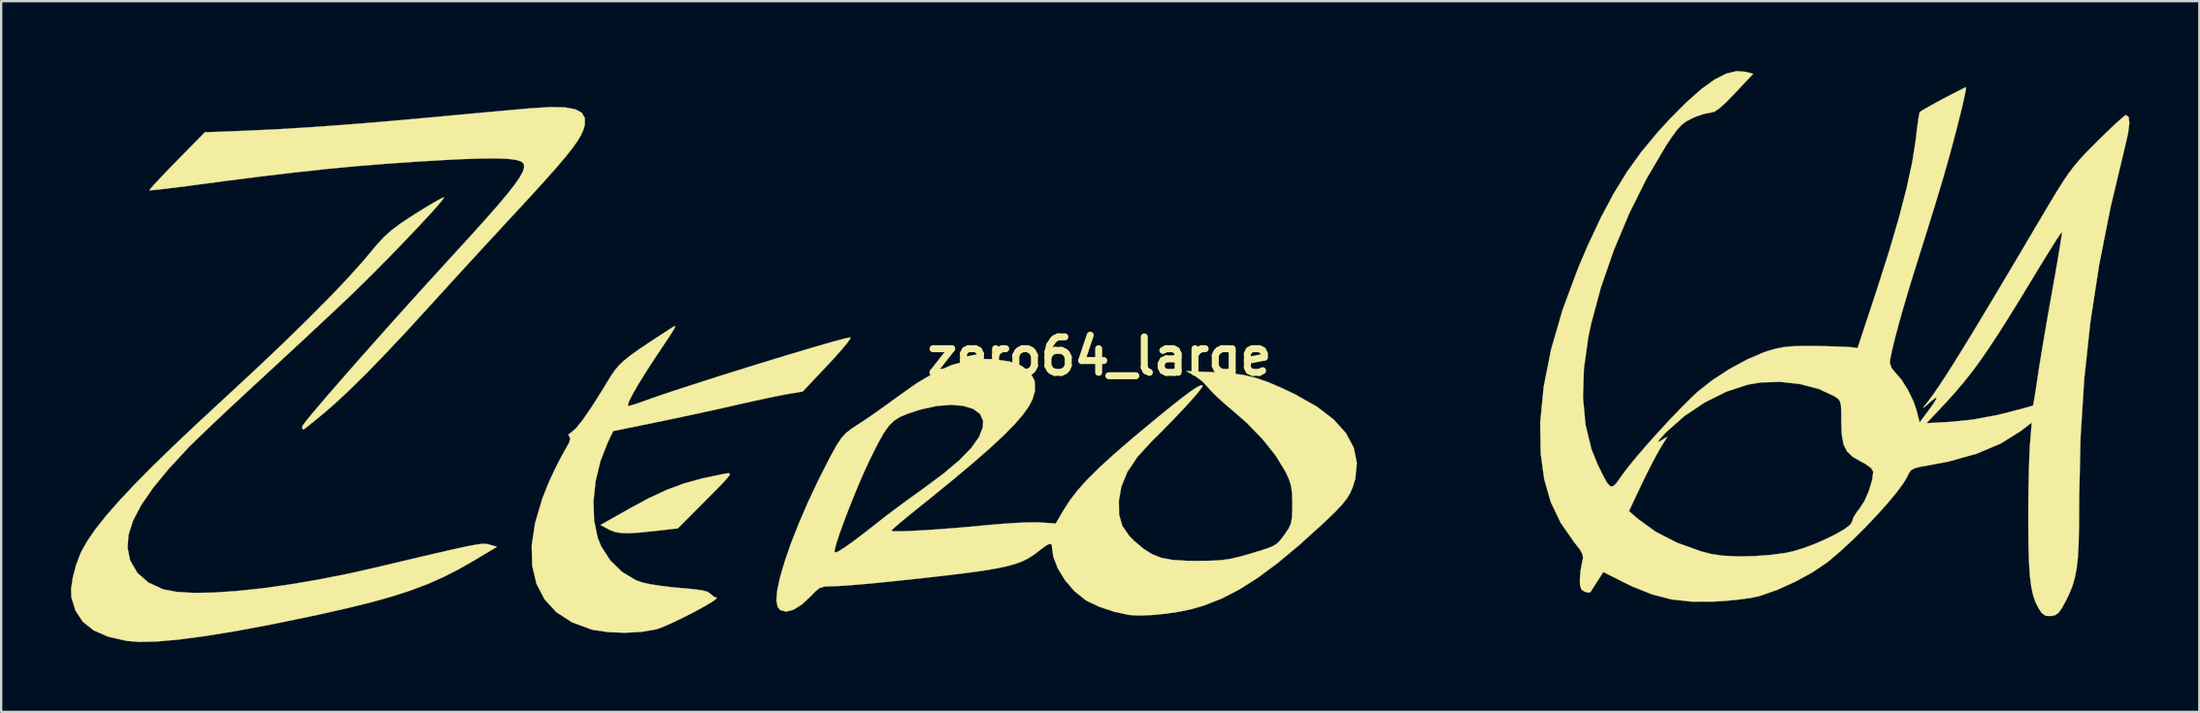
<source format=kicad_pcb>
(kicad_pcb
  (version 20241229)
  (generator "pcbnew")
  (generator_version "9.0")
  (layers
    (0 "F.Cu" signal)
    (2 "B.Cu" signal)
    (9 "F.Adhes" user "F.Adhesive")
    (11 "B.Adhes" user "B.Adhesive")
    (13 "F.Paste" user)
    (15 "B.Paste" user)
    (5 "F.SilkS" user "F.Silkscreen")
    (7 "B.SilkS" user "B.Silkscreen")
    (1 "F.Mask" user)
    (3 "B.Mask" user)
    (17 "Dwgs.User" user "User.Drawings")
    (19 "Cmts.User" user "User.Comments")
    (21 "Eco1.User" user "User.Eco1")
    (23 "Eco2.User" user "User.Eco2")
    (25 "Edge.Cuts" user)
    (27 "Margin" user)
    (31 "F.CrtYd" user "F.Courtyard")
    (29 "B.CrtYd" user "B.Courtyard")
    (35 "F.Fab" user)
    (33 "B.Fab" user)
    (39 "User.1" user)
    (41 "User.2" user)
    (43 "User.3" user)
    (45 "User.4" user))
  (footprint "zero64_large"
    (layer "F.Cu")
    (at 44.16 12.255)
    (property "Reference" "zero64_large" (at 0 0 0) (layer "F.SilkS") (effects (font (size 1.524 1.524) (thickness 0.3))))
    (attr through_hole)
    (fp_poly (pts (xy -15.871 5.04) (xy -15.89 5.111) (xy -16.001 5.254) (xy -16.217 5.488) (xy -16.553 5.831) (xy -16.902 6.182) (xy -18.106 7.391) (xy -19.115 7.505) (xy -19.733 7.569) (xy -20.191 7.599) (xy -20.531 7.592) (xy -20.793 7.548) (xy -21.017 7.463) (xy -21.101 7.42) (xy -21.426 7.245) (xy -20.203 6.553) (xy -19.349 6.092) (xy -18.583 5.736) (xy -17.839 5.461) (xy -17.05 5.242) (xy -16.149 5.055) (xy -16.053 5.038) (xy -15.93 5.022) (xy -15.871 5.04)) (stroke (width 0.01) (type solid)) (fill yes) (layer "F.SilkS"))
    (fp_poly (pts (xy -22.941 -10.691) (xy -22.507 -10.611) (xy -22.231 -10.463) (xy -22.1 -10.242) (xy -22.101 -9.944) (xy -22.108 -9.909) (xy -22.168 -9.71) (xy -22.268 -9.49) (xy -22.423 -9.233) (xy -22.643 -8.925) (xy -22.941 -8.551) (xy -23.33 -8.094) (xy -23.822 -7.539) (xy -24.429 -6.872) (xy -25.163 -6.077) (xy -25.287 -5.944) (xy -25.893 -5.289) (xy -26.564 -4.562) (xy -27.252 -3.813) (xy -27.91 -3.094) (xy -28.491 -2.456) (xy -28.645 -2.286) (xy -29.675 -1.159) (xy -30.591 -0.182) (xy -31.403 0.658) (xy -32.123 1.371) (xy -32.76 1.968) (xy -33.252 2.399) (xy -33.609 2.695) (xy -33.907 2.937) (xy -34.112 3.097) (xy -34.192 3.15) (xy -34.235 3.069) (xy -34.238 3.023) (xy -34.172 2.915) (xy -33.981 2.672) (xy -33.68 2.309) (xy -33.281 1.839) (xy -32.797 1.279) (xy -32.24 0.642) (xy -31.625 -0.056) (xy -30.964 -0.801) (xy -30.271 -1.578) (xy -29.557 -2.371) (xy -28.836 -3.168) (xy -28.121 -3.951) (xy -27.785 -4.318) (xy -27.005 -5.171) (xy -26.357 -5.891) (xy -25.832 -6.49) (xy -25.42 -6.981) (xy -25.111 -7.376) (xy -24.895 -7.687) (xy -24.763 -7.928) (xy -24.706 -8.11) (xy -24.713 -8.246) (xy -24.718 -8.261) (xy -24.821 -8.363) (xy -25.05 -8.437) (xy -25.419 -8.483) (xy -25.942 -8.502) (xy -26.631 -8.495) (xy -27.502 -8.463) (xy -27.994 -8.438) (xy -29.359 -8.358) (xy -30.652 -8.269) (xy -31.914 -8.167) (xy -33.186 -8.046) (xy -34.51 -7.904) (xy -35.927 -7.736) (xy -37.478 -7.539) (xy -38.491 -7.404) (xy -39.145 -7.317) (xy -39.728 -7.243) (xy -40.212 -7.185) (xy -40.567 -7.146) (xy -40.764 -7.13) (xy -40.795 -7.131) (xy -40.738 -7.211) (xy -40.561 -7.41) (xy -40.286 -7.705) (xy -39.935 -8.072) (xy -39.621 -8.394) (xy -38.414 -9.623) (xy -36.606 -9.692) (xy -35.363 -9.75) (xy -33.998 -9.832) (xy -32.494 -9.939) (xy -30.831 -10.073) (xy -28.993 -10.236) (xy -28.194 -10.31) (xy -27.4 -10.384) (xy -26.597 -10.458) (xy -25.832 -10.528) (xy -25.149 -10.589) (xy -24.594 -10.638) (xy -24.333 -10.66) (xy -23.546 -10.706) (xy -22.941 -10.691)) (stroke (width 0.01) (type solid)) (fill yes) (layer "F.SilkS"))
    (fp_poly (pts (xy -28.143 -6.828) (xy -28.212 -6.718) (xy -28.405 -6.487) (xy -28.702 -6.153) (xy -29.084 -5.739) (xy -29.53 -5.266) (xy -30.02 -4.754) (xy -30.535 -4.223) (xy -31.055 -3.696) (xy -31.56 -3.193) (xy -32.029 -2.734) (xy -32.207 -2.564) (xy -32.675 -2.121) (xy -33.257 -1.575) (xy -33.917 -0.958) (xy -34.62 -0.305) (xy -35.329 0.352) (xy -36.008 0.98) (xy -36.068 1.035) (xy -36.689 1.609) (xy -37.295 2.173) (xy -37.86 2.704) (xy -38.359 3.178) (xy -38.767 3.57) (xy -39.059 3.857) (xy -39.128 3.927) (xy -39.971 4.839) (xy -40.644 5.659) (xy -41.151 6.396) (xy -41.498 7.062) (xy -41.691 7.666) (xy -41.733 8.219) (xy -41.632 8.73) (xy -41.612 8.785) (xy -41.307 9.307) (xy -40.84 9.716) (xy -40.227 9.998) (xy -40.16 10.018) (xy -39.619 10.119) (xy -38.905 10.162) (xy -38.04 10.149) (xy -37.046 10.082) (xy -35.944 9.965) (xy -34.757 9.798) (xy -33.505 9.585) (xy -32.211 9.328) (xy -31.14 9.086) (xy -30.066 8.832) (xy -29.172 8.62) (xy -28.439 8.449) (xy -27.851 8.314) (xy -27.387 8.211) (xy -27.032 8.137) (xy -26.767 8.089) (xy -26.574 8.062) (xy -26.434 8.053) (xy -26.331 8.059) (xy -26.245 8.076) (xy -26.194 8.09) (xy -25.871 8.182) (xy -26.85 8.767) (xy -27.519 9.149) (xy -28.179 9.485) (xy -28.859 9.786) (xy -29.588 10.061) (xy -30.395 10.321) (xy -31.309 10.575) (xy -32.36 10.833) (xy -33.576 11.106) (xy -33.884 11.172) (xy -35.57 11.519) (xy -37.074 11.8) (xy -38.394 12.016) (xy -39.528 12.166) (xy -40.475 12.25) (xy -41.232 12.268) (xy -41.758 12.226) (xy -42.559 12.046) (xy -43.187 11.774) (xy -43.653 11.403) (xy -43.97 10.921) (xy -44.146 10.35) (xy -44.155 9.979) (xy -44.083 9.499) (xy -43.947 8.977) (xy -43.761 8.483) (xy -43.694 8.342) (xy -43.439 7.9) (xy -43.098 7.408) (xy -42.661 6.857) (xy -42.12 6.237) (xy -41.465 5.538) (xy -40.688 4.751) (xy -39.779 3.866) (xy -38.729 2.873) (xy -37.572 1.802) (xy -36.258 0.584) (xy -35.064 -0.549) (xy -33.997 -1.589) (xy -33.063 -2.529) (xy -32.271 -3.362) (xy -31.627 -4.081) (xy -31.371 -4.385) (xy -31.015 -4.809) (xy -30.709 -5.137) (xy -30.4 -5.415) (xy -30.039 -5.686) (xy -29.572 -5.997) (xy -29.355 -6.135) (xy -28.923 -6.404) (xy -28.558 -6.621) (xy -28.292 -6.769) (xy -28.155 -6.831) (xy -28.143 -6.828)) (stroke (width 0.01) (type solid)) (fill yes) (layer "F.SilkS"))
    (fp_poly (pts (xy -18.222 -1.273) (xy -18.273 -1.165) (xy -18.405 -0.952) (xy -18.627 -0.614) (xy -18.95 -0.129) (xy -19.003 -0.051) (xy -19.428 0.599) (xy -19.774 1.155) (xy -20.033 1.6) (xy -20.196 1.919) (xy -20.254 2.099) (xy -20.232 2.134) (xy -20.083 2.1) (xy -19.813 2.014) (xy -19.587 1.933) (xy -19.162 1.781) (xy -18.607 1.591) (xy -17.947 1.373) (xy -17.206 1.133) (xy -16.409 0.878) (xy -15.579 0.617) (xy -14.742 0.356) (xy -13.921 0.104) (xy -13.142 -0.132) (xy -12.428 -0.345) (xy -11.804 -0.527) (xy -11.295 -0.67) (xy -10.924 -0.767) (xy -10.716 -0.811) (xy -10.694 -0.813) (xy -10.711 -0.744) (xy -10.849 -0.554) (xy -11.088 -0.266) (xy -11.409 0.093) (xy -11.646 0.349) (xy -12.741 1.51) (xy -13.406 1.624) (xy -13.749 1.689) (xy -14.233 1.788) (xy -14.802 1.911) (xy -15.399 2.044) (xy -15.596 2.089) (xy -16.233 2.234) (xy -16.995 2.401) (xy -17.806 2.576) (xy -18.592 2.742) (xy -18.999 2.826) (xy -20.879 3.21) (xy -21.116 3.702) (xy -21.433 4.513) (xy -21.638 5.372) (xy -21.728 6.233) (xy -21.7 7.052) (xy -21.55 7.782) (xy -21.401 8.158) (xy -21.012 8.761) (xy -20.503 9.259) (xy -19.919 9.611) (xy -19.643 9.712) (xy -19.31 9.786) (xy -18.845 9.86) (xy -18.318 9.923) (xy -17.964 9.954) (xy -17.42 10.002) (xy -17.049 10.055) (xy -16.822 10.119) (xy -16.708 10.201) (xy -16.544 10.337) (xy -16.449 10.363) (xy -16.44 10.403) (xy -16.582 10.512) (xy -16.842 10.671) (xy -17.185 10.864) (xy -17.58 11.073) (xy -17.993 11.28) (xy -18.39 11.469) (xy -18.738 11.62) (xy -19.004 11.718) (xy -19.046 11.73) (xy -19.661 11.835) (xy -20.374 11.874) (xy -21.095 11.846) (xy -21.732 11.752) (xy -21.844 11.724) (xy -22.662 11.419) (xy -23.324 10.988) (xy -23.829 10.437) (xy -24.174 9.773) (xy -24.358 9.001) (xy -24.379 8.129) (xy -24.235 7.163) (xy -23.924 6.109) (xy -23.664 5.455) (xy -23.451 4.988) (xy -23.222 4.524) (xy -23.017 4.142) (xy -22.959 4.043) (xy -22.78 3.724) (xy -22.723 3.533) (xy -22.764 3.451) (xy -22.807 3.363) (xy -22.673 3.26) (xy -22.472 3.084) (xy -22.187 2.729) (xy -21.82 2.197) (xy -21.372 1.491) (xy -21.14 1.109) (xy -20.97 0.833) (xy -20.812 0.603) (xy -20.64 0.397) (xy -20.431 0.195) (xy -20.158 -0.025) (xy -19.798 -0.284) (xy -19.325 -0.602) (xy -18.716 -1) (xy -18.444 -1.177) (xy -18.317 -1.258) (xy -18.24 -1.297) (xy -18.222 -1.273)) (stroke (width 0.01) (type solid)) (fill yes) (layer "F.SilkS"))
    (fp_poly (pts (xy -4.581 0.123) (xy -3.882 0.219) (xy -3.346 0.411) (xy -2.977 0.692) (xy -2.784 1.055) (xy -2.771 1.493) (xy -2.881 1.857) (xy -3.045 2.166) (xy -3.297 2.519) (xy -3.65 2.925) (xy -4.112 3.394) (xy -4.695 3.936) (xy -5.408 4.561) (xy -6.262 5.278) (xy -7.267 6.098) (xy -7.798 6.524) (xy -8.204 6.852) (xy -8.547 7.136) (xy -8.798 7.352) (xy -8.928 7.475) (xy -8.941 7.493) (xy -8.844 7.514) (xy -8.573 7.517) (xy -8.156 7.504) (xy -7.62 7.476) (xy -6.994 7.436) (xy -6.305 7.384) (xy -5.581 7.323) (xy -4.851 7.255) (xy -4.843 7.254) (xy -4.226 7.2) (xy -3.624 7.159) (xy -3.089 7.135) (xy -2.677 7.131) (xy -2.54 7.137) (xy -1.879 7.183) (xy -1.545 6.611) (xy -1.272 6.187) (xy -0.94 5.756) (xy -0.529 5.297) (xy -0.018 4.79) (xy 0.611 4.215) (xy 1.379 3.552) (xy 1.749 3.242) (xy 2.497 2.621) (xy 3.105 2.127) (xy 3.583 1.751) (xy 3.944 1.483) (xy 4.199 1.317) (xy 4.358 1.243) (xy 4.432 1.249) (xy 4.392 1.345) (xy 4.225 1.563) (xy 3.951 1.879) (xy 3.59 2.274) (xy 3.16 2.726) (xy 2.681 3.215) (xy 2.234 3.658) (xy 1.624 4.326) (xy 1.195 4.968) (xy 0.935 5.608) (xy 0.832 6.204) (xy 0.841 6.799) (xy 0.98 7.282) (xy 1.272 7.71) (xy 1.486 7.926) (xy 1.883 8.262) (xy 2.259 8.501) (xy 2.662 8.657) (xy 3.141 8.746) (xy 3.746 8.784) (xy 4.166 8.788) (xy 4.753 8.782) (xy 5.207 8.757) (xy 5.598 8.704) (xy 5.993 8.615) (xy 6.401 8.5) (xy 6.898 8.35) (xy 7.243 8.236) (xy 7.476 8.137) (xy 7.639 8.027) (xy 7.774 7.886) (xy 7.922 7.689) (xy 7.962 7.633) (xy 8.122 7.395) (xy 8.217 7.185) (xy 8.264 6.936) (xy 8.279 6.581) (xy 8.28 6.365) (xy 8.27 5.907) (xy 8.226 5.569) (xy 8.131 5.267) (xy 7.98 4.943) (xy 7.565 4.266) (xy 6.999 3.556) (xy 6.32 2.855) (xy 5.729 2.339) (xy 5.354 2.021) (xy 5.013 1.71) (xy 4.757 1.45) (xy 4.666 1.342) (xy 4.407 1.067) (xy 4.101 0.84) (xy 4.069 0.821) (xy 3.717 0.635) (xy 4.932 0.684) (xy 5.595 0.725) (xy 6.16 0.798) (xy 6.683 0.919) (xy 7.222 1.102) (xy 7.833 1.364) (xy 8.404 1.638) (xy 9.327 2.157) (xy 10.054 2.713) (xy 10.584 3.303) (xy 10.916 3.925) (xy 11.049 4.578) (xy 10.983 5.26) (xy 10.874 5.613) (xy 10.764 5.87) (xy 10.624 6.107) (xy 10.426 6.358) (xy 10.142 6.66) (xy 9.743 7.046) (xy 9.569 7.209) (xy 8.554 8.127) (xy 7.634 8.892) (xy 6.788 9.519) (xy 5.994 10.021) (xy 5.232 10.412) (xy 4.479 10.707) (xy 3.954 10.86) (xy 3.42 10.972) (xy 2.818 11.06) (xy 2.215 11.116) (xy 1.677 11.135) (xy 1.27 11.111) (xy 1.27 11.111) (xy 0.637 10.974) (xy 0.013 10.767) (xy -0.514 10.52) (xy -0.61 10.462) (xy -1.068 10.095) (xy -1.472 9.629) (xy -1.788 9.116) (xy -1.984 8.609) (xy -2.032 8.265) (xy -2.049 8.097) (xy -2.121 8.046) (xy -2.277 8.118) (xy -2.548 8.318) (xy -2.621 8.375) (xy -2.838 8.538) (xy -3.061 8.679) (xy -3.309 8.803) (xy -3.601 8.912) (xy -3.957 9.012) (xy -4.395 9.106) (xy -4.935 9.197) (xy -5.595 9.291) (xy -6.395 9.39) (xy -7.354 9.5) (xy -8.49 9.622) (xy -8.839 9.66) (xy -9.507 9.727) (xy -10.142 9.786) (xy -10.704 9.833) (xy -11.15 9.864) (xy -11.44 9.876) (xy -11.463 9.876) (xy -11.794 9.886) (xy -12.014 9.951) (xy -12.213 10.109) (xy -12.37 10.276) (xy -12.761 10.647) (xy -13.131 10.88) (xy -13.454 10.967) (xy -13.705 10.901) (xy -13.818 10.768) (xy -13.874 10.489) (xy -13.836 10.053) (xy -13.713 9.482) (xy -13.512 8.796) (xy -13.367 8.38) (xy -11.379 8.38) (xy -11.342 8.428) (xy -11.215 8.382) (xy -10.972 8.23) (xy -10.731 8.061) (xy -10.397 7.815) (xy -9.986 7.5) (xy -9.575 7.178) (xy -9.5 7.118) (xy -9.142 6.839) (xy -8.674 6.487) (xy -8.154 6.105) (xy -7.638 5.734) (xy -7.571 5.686) (xy -6.697 5.037) (xy -6.008 4.453) (xy -5.501 3.93) (xy -5.169 3.462) (xy -5.009 3.045) (xy -4.998 2.771) (xy -5.128 2.476) (xy -5.419 2.26) (xy -5.845 2.128) (xy -6.379 2.084) (xy -6.992 2.133) (xy -7.658 2.28) (xy -7.772 2.314) (xy -8.211 2.457) (xy -8.548 2.595) (xy -8.815 2.76) (xy -9.042 2.982) (xy -9.261 3.292) (xy -9.501 3.72) (xy -9.793 4.297) (xy -9.836 4.384) (xy -10.05 4.84) (xy -10.286 5.377) (xy -10.53 5.961) (xy -10.766 6.554) (xy -10.983 7.121) (xy -11.165 7.626) (xy -11.299 8.034) (xy -11.371 8.309) (xy -11.379 8.38) (xy -13.367 8.38) (xy -13.241 8.017) (xy -12.905 7.164) (xy -12.514 6.26) (xy -12.074 5.324) (xy -11.592 4.377) (xy -11.519 4.241) (xy -11.283 3.814) (xy -11.087 3.517) (xy -10.887 3.297) (xy -10.635 3.101) (xy -10.373 2.93) (xy -10.01 2.692) (xy -9.552 2.375) (xy -9.063 2.025) (xy -8.705 1.761) (xy -7.837 1.148) (xy -7.058 0.69) (xy -6.34 0.372) (xy -5.652 0.185) (xy -4.966 0.115) (xy -4.581 0.123)) (stroke (width 0.01) (type solid)) (fill yes) (layer "F.SilkS"))
    (fp_poly (pts (xy 27.748 -12.218) (xy 28.067 -12.135) (xy 27.282 -11.3) (xy 26.898 -10.905) (xy 26.614 -10.649) (xy 26.402 -10.509) (xy 26.236 -10.464) (xy 26.228 -10.464) (xy 25.983 -10.421) (xy 25.651 -10.311) (xy 25.445 -10.223) (xy 25.199 -10.094) (xy 24.994 -9.941) (xy 24.794 -9.724) (xy 24.56 -9.403) (xy 24.314 -9.031) (xy 23.495 -7.643) (xy 22.742 -6.13) (xy 22.079 -4.549) (xy 21.527 -2.953) (xy 21.109 -1.399) (xy 20.983 -0.797) (xy 20.798 0.534) (xy 20.76 1.787) (xy 20.868 2.941) (xy 21.12 3.981) (xy 21.378 4.623) (xy 21.614 5.107) (xy 21.786 5.421) (xy 21.922 5.576) (xy 22.046 5.585) (xy 22.185 5.46) (xy 22.364 5.213) (xy 22.426 5.122) (xy 22.689 4.77) (xy 23.063 4.313) (xy 23.516 3.788) (xy 24.015 3.232) (xy 24.525 2.68) (xy 25.014 2.171) (xy 25.448 1.741) (xy 25.698 1.51) (xy 26.325 1.017) (xy 27.052 0.545) (xy 27.811 0.134) (xy 28.528 -0.173) (xy 28.702 -0.232) (xy 29.059 -0.333) (xy 29.403 -0.398) (xy 29.793 -0.433) (xy 30.289 -0.444) (xy 30.683 -0.442) (xy 31.2 -0.434) (xy 31.668 -0.421) (xy 32.036 -0.407) (xy 32.252 -0.392) (xy 32.551 -0.356) (xy 33.389 -2.896) (xy 33.903 -4.51) (xy 34.325 -5.95) (xy 34.654 -7.219) (xy 34.894 -8.323) (xy 35.044 -9.268) (xy 35.058 -9.395) (xy 35.11 -9.832) (xy 35.16 -10.191) (xy 35.202 -10.427) (xy 35.22 -10.491) (xy 35.321 -10.561) (xy 35.559 -10.699) (xy 35.891 -10.883) (xy 36.273 -11.089) (xy 36.662 -11.292) (xy 37.015 -11.471) (xy 37.205 -11.562) (xy 37.203 -11.48) (xy 37.156 -11.232) (xy 37.07 -10.848) (xy 36.952 -10.358) (xy 36.82 -9.836) (xy 36.669 -9.26) (xy 36.524 -8.719) (xy 36.374 -8.183) (xy 36.213 -7.622) (xy 36.03 -7.007) (xy 35.817 -6.308) (xy 35.565 -5.496) (xy 35.266 -4.541) (xy 35.02 -3.759) (xy 34.769 -2.948) (xy 34.538 -2.167) (xy 34.333 -1.445) (xy 34.164 -0.81) (xy 34.036 -0.289) (xy 33.957 0.09) (xy 33.934 0.282) (xy 34.006 0.495) (xy 34.136 0.659) (xy 34.432 1.001) (xy 34.721 1.462) (xy 34.96 1.961) (xy 35.079 2.313) (xy 35.214 2.842) (xy 35.59 2.338) (xy 35.833 1.998) (xy 35.942 1.809) (xy 35.917 1.771) (xy 35.757 1.886) (xy 35.586 2.037) (xy 35.417 2.185) (xy 35.366 2.209) (xy 35.421 2.134) (xy 35.599 1.91) (xy 35.809 1.623) (xy 36.058 1.261) (xy 36.352 0.813) (xy 36.698 0.268) (xy 37.104 -0.386) (xy 37.575 -1.159) (xy 38.12 -2.063) (xy 38.745 -3.109) (xy 39.457 -4.307) (xy 40.262 -5.67) (xy 40.334 -5.791) (xy 40.75 -6.494) (xy 41.086 -7.051) (xy 41.365 -7.494) (xy 41.608 -7.854) (xy 41.839 -8.16) (xy 42.08 -8.445) (xy 42.352 -8.738) (xy 42.679 -9.071) (xy 42.828 -9.22) (xy 43.224 -9.609) (xy 43.573 -9.941) (xy 43.849 -10.191) (xy 44.026 -10.337) (xy 44.073 -10.363) (xy 44.189 -10.278) (xy 44.219 -10.02) (xy 44.164 -9.584) (xy 44.036 -9.019) (xy 43.415 -6.42) (xy 42.921 -3.922) (xy 42.545 -1.475) (xy 42.281 0.975) (xy 42.123 3.48) (xy 42.064 6.091) (xy 42.063 6.409) (xy 42.058 7.314) (xy 42.041 8.048) (xy 42.008 8.641) (xy 41.954 9.125) (xy 41.874 9.531) (xy 41.766 9.89) (xy 41.624 10.235) (xy 41.505 10.479) (xy 41.317 10.825) (xy 41.17 11.025) (xy 41.023 11.123) (xy 40.859 11.157) (xy 40.625 11.147) (xy 40.458 11.026) (xy 40.34 10.855) (xy 40.201 10.588) (xy 40.092 10.281) (xy 40.009 9.906) (xy 39.95 9.438) (xy 39.911 8.849) (xy 39.889 8.115) (xy 39.881 7.207) (xy 39.88 7.061) (xy 39.883 6.324) (xy 39.892 5.592) (xy 39.906 4.912) (xy 39.924 4.329) (xy 39.946 3.889) (xy 39.953 3.786) (xy 40.028 2.848) (xy 39.555 3.209) (xy 38.696 3.747) (xy 37.66 4.185) (xy 36.448 4.522) (xy 35.631 4.677) (xy 35.231 4.747) (xy 34.983 4.813) (xy 34.839 4.899) (xy 34.748 5.029) (xy 34.704 5.129) (xy 34.53 5.432) (xy 34.231 5.838) (xy 33.832 6.319) (xy 33.362 6.843) (xy 32.848 7.382) (xy 32.317 7.907) (xy 31.797 8.387) (xy 31.316 8.794) (xy 31.214 8.873) (xy 30.604 9.283) (xy 29.873 9.682) (xy 29.105 10.029) (xy 28.381 10.285) (xy 28.296 10.309) (xy 27.946 10.38) (xy 27.461 10.447) (xy 26.908 10.502) (xy 26.416 10.534) (xy 25.429 10.538) (xy 24.557 10.441) (xy 23.727 10.227) (xy 22.87 9.883) (xy 22.525 9.715) (xy 21.631 9.265) (xy 21.361 9.687) (xy 21.2 9.938) (xy 21.092 10.107) (xy 21.068 10.144) (xy 20.968 10.145) (xy 20.836 10.112) (xy 20.696 10.024) (xy 20.635 9.84) (xy 20.625 9.619) (xy 20.649 9.25) (xy 20.71 8.9) (xy 20.721 8.856) (xy 20.762 8.664) (xy 20.739 8.5) (xy 20.631 8.305) (xy 20.414 8.024) (xy 20.371 7.97) (xy 19.801 7.151) (xy 19.562 6.649) (xy 22.733 6.649) (xy 23.127 6.99) (xy 23.891 7.542) (xy 24.806 8.011) (xy 25.826 8.376) (xy 26.264 8.491) (xy 26.759 8.564) (xy 27.387 8.595) (xy 28.084 8.584) (xy 28.784 8.535) (xy 29.424 8.45) (xy 29.769 8.377) (xy 30.228 8.239) (xy 30.718 8.056) (xy 31.2 7.845) (xy 31.638 7.626) (xy 31.994 7.418) (xy 32.23 7.238) (xy 32.309 7.113) (xy 32.373 6.921) (xy 32.535 6.666) (xy 32.622 6.559) (xy 32.842 6.222) (xy 33.038 5.775) (xy 33.176 5.309) (xy 33.222 4.955) (xy 33.129 4.795) (xy 32.868 4.611) (xy 32.747 4.549) (xy 32.361 4.332) (xy 32.102 4.092) (xy 31.947 3.786) (xy 31.871 3.367) (xy 31.853 2.873) (xy 35.509 2.873) (xy 36.576 2.813) (xy 37.495 2.718) (xy 38.481 2.536) (xy 38.849 2.449) (xy 39.313 2.329) (xy 39.7 2.227) (xy 39.969 2.151) (xy 40.082 2.114) (xy 40.083 2.113) (xy 40.107 2.007) (xy 40.153 1.74) (xy 40.214 1.354) (xy 40.279 0.914) (xy 40.346 0.474) (xy 40.442 -0.121) (xy 40.56 -0.824) (xy 40.692 -1.589) (xy 40.83 -2.371) (xy 40.903 -2.781) (xy 41.026 -3.471) (xy 41.134 -4.091) (xy 41.222 -4.615) (xy 41.286 -5.017) (xy 41.321 -5.268) (xy 41.326 -5.343) (xy 41.265 -5.27) (xy 41.117 -5.049) (xy 40.897 -4.704) (xy 40.622 -4.261) (xy 40.306 -3.745) (xy 40.236 -3.628) (xy 39.613 -2.602) (xy 39.075 -1.73) (xy 38.607 -0.989) (xy 38.191 -0.356) (xy 37.813 0.191) (xy 37.456 0.675) (xy 37.104 1.119) (xy 36.741 1.545) (xy 36.352 1.977) (xy 36.121 2.224) (xy 35.509 2.873) (xy 31.853 2.873) (xy 31.852 2.819) (xy 31.849 2.382) (xy 31.834 2.101) (xy 31.792 1.93) (xy 31.711 1.822) (xy 31.578 1.729) (xy 31.547 1.71) (xy 30.875 1.399) (xy 30.084 1.192) (xy 29.237 1.097) (xy 28.393 1.123) (xy 27.838 1.216) (xy 26.914 1.52) (xy 25.985 1.982) (xy 25.109 2.57) (xy 24.343 3.247) (xy 24.282 3.311) (xy 24.06 3.555) (xy 23.979 3.669) (xy 24.033 3.664) (xy 24.105 3.622) (xy 24.386 3.449) (xy 24.078 3.948) (xy 23.908 4.247) (xy 23.685 4.67) (xy 23.441 5.155) (xy 23.252 5.548) (xy 22.733 6.649) (xy 19.562 6.649) (xy 19.378 6.263) (xy 19.095 5.283) (xy 18.945 4.188) (xy 18.923 2.954) (xy 18.928 2.799) (xy 19.074 1.294) (xy 19.394 -0.31) (xy 19.888 -2.009) (xy 20.554 -3.8) (xy 20.964 -4.758) (xy 21.528 -5.958) (xy 22.083 -7.002) (xy 22.656 -7.933) (xy 23.277 -8.796) (xy 23.974 -9.634) (xy 24.476 -10.181) (xy 25.211 -10.92) (xy 25.855 -11.488) (xy 26.422 -11.895) (xy 26.921 -12.147) (xy 27.366 -12.25) (xy 27.748 -12.218)) (stroke (width 0.01) (type solid)) (fill yes) (layer "F.SilkS")))
  (gr_rect
    (start -3 -3)
    (end 91.384 27.528)
    (stroke (width 0.1) (type default))
    (fill no)
    (layer "Edge.Cuts")))
</source>
